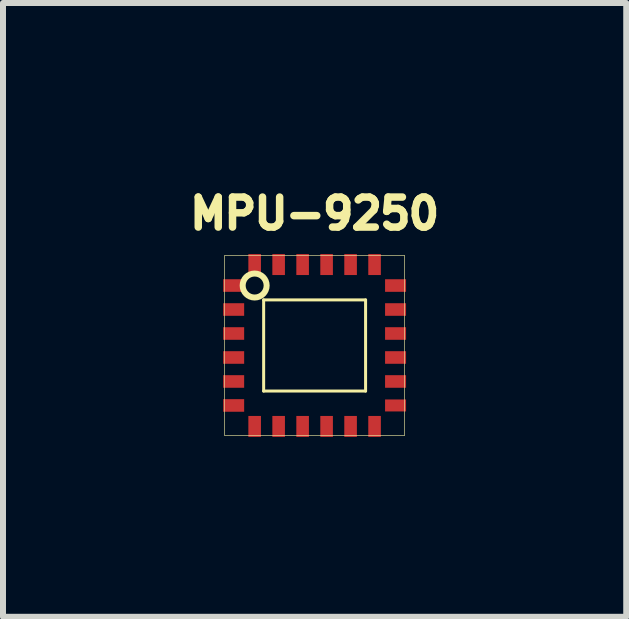
<source format=kicad_pcb>
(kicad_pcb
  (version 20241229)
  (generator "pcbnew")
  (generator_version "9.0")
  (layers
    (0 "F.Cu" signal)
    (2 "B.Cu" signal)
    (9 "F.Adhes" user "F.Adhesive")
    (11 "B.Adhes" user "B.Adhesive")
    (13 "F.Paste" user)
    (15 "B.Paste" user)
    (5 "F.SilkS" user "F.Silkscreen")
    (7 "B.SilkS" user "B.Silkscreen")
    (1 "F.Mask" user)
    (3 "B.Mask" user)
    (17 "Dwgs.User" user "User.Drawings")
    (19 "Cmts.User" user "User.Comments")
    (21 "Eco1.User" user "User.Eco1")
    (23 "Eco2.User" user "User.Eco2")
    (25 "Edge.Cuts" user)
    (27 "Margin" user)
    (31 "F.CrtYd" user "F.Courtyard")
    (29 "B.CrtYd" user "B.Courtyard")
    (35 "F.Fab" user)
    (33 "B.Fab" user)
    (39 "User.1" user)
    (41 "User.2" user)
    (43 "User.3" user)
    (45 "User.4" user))
  (footprint "MPU-9250"
    (layer "F.Cu")
    (at 2.197 2.712)
    (property "Reference" "MPU-9250" (at 0 -2.2 0) (layer "F.SilkS") (effects (font (size 0.5 0.5) (thickness 0.125))))
    (attr through_hole)
    (fp_line (start -1.5 -1.5) (end -1.5 1.5) (stroke (width 0.01) (type solid)) (layer "F.SilkS"))
    (fp_line (start -1.5 -1.5) (end 1.5 -1.5) (stroke (width 0.01) (type solid)) (layer "F.SilkS"))
    (fp_line (start -1.5 1.5) (end 1.5 1.5) (stroke (width 0.01) (type solid)) (layer "F.SilkS"))
    (fp_line (start -0.85 -0.76) (end 0.85 -0.76) (stroke (width 0.05) (type solid)) (layer "F.SilkS"))
    (fp_line (start -0.85 0.76) (end -0.85 -0.76) (stroke (width 0.05) (type solid)) (layer "F.SilkS"))
    (fp_line (start 0.85 -0.76) (end 0.85 0.76) (stroke (width 0.05) (type solid)) (layer "F.SilkS"))
    (fp_line (start 0.85 0.76) (end -0.85 0.76) (stroke (width 0.05) (type solid)) (layer "F.SilkS"))
    (fp_line (start 1.5 -1.5) (end 1.5 1.5) (stroke (width 0.01) (type solid)) (layer "F.SilkS"))
    (fp_circle (center -1 -1) (end -0.8 -1) (stroke (width 0.1) (type solid)) (fill no) (layer "F.SilkS"))
    (pad "1" smd rect (at -1.35 -1) (size 0.35 0.21) (layers "F.Cu" "F.Mask" "F.Paste"))
    (pad "2" smd rect (at -1.35 -0.6) (size 0.35 0.21) (layers "F.Cu" "F.Mask" "F.Paste"))
    (pad "3" smd rect (at -1.35 -0.2) (size 0.35 0.21) (layers "F.Cu" "F.Mask" "F.Paste"))
    (pad "4" smd rect (at -1.35 0.2) (size 0.35 0.21) (layers "F.Cu" "F.Mask" "F.Paste"))
    (pad "5" smd rect (at -1.35 0.6) (size 0.35 0.21) (layers "F.Cu" "F.Mask" "F.Paste"))
    (pad "6" smd rect (at -1.35 1) (size 0.35 0.21) (layers "F.Cu" "F.Mask" "F.Paste"))
    (pad "7" smd rect (at -1 1.35) (size 0.21 0.35) (layers "F.Cu" "F.Mask" "F.Paste"))
    (pad "8" smd rect (at -0.6 1.35) (size 0.21 0.35) (layers "F.Cu" "F.Mask" "F.Paste"))
    (pad "9" smd rect (at -0.2 1.35) (size 0.21 0.35) (layers "F.Cu" "F.Mask" "F.Paste"))
    (pad "10" smd rect (at 0.2 1.35) (size 0.21 0.35) (layers "F.Cu" "F.Mask" "F.Paste"))
    (pad "11" smd rect (at 0.6 1.35) (size 0.21 0.35) (layers "F.Cu" "F.Mask" "F.Paste"))
    (pad "12" smd rect (at 1 1.35) (size 0.21 0.35) (layers "F.Cu" "F.Mask" "F.Paste"))
    (pad "13" smd rect (at 1.35 1) (size 0.35 0.2) (layers "F.Cu" "F.Mask" "F.Paste"))
    (pad "14" smd rect (at 1.35 0.6) (size 0.35 0.21) (layers "F.Cu" "F.Mask" "F.Paste"))
    (pad "15" smd rect (at 1.35 0.2) (size 0.35 0.21) (layers "F.Cu" "F.Mask" "F.Paste"))
    (pad "16" smd rect (at 1.35 -0.2) (size 0.35 0.21) (layers "F.Cu" "F.Mask" "F.Paste"))
    (pad "17" smd rect (at 1.35 -0.6) (size 0.35 0.21) (layers "F.Cu" "F.Mask" "F.Paste"))
    (pad "18" smd rect (at 1.35 -1) (size 0.35 0.21) (layers "F.Cu" "F.Mask" "F.Paste"))
    (pad "19" smd rect (at 1 -1.35) (size 0.21 0.35) (layers "F.Cu" "F.Mask" "F.Paste"))
    (pad "20" smd rect (at 0.6 -1.35) (size 0.21 0.35) (layers "F.Cu" "F.Mask" "F.Paste"))
    (pad "21" smd rect (at 0.2 -1.35) (size 0.21 0.35) (layers "F.Cu" "F.Mask" "F.Paste"))
    (pad "22" smd rect (at -0.2 -1.35) (size 0.21 0.35) (layers "F.Cu" "F.Mask" "F.Paste"))
    (pad "23" smd rect (at -0.6 -1.35) (size 0.21 0.35) (layers "F.Cu" "F.Mask" "F.Paste"))
    (pad "24" smd rect (at -1 -1.35) (size 0.21 0.35) (layers "F.Cu" "F.Mask" "F.Paste")))
  (gr_rect
    (start -3 -3)
    (end 7.394 7.237)
    (stroke (width 0.1) (type default))
    (fill no)
    (layer "Edge.Cuts")))
</source>
